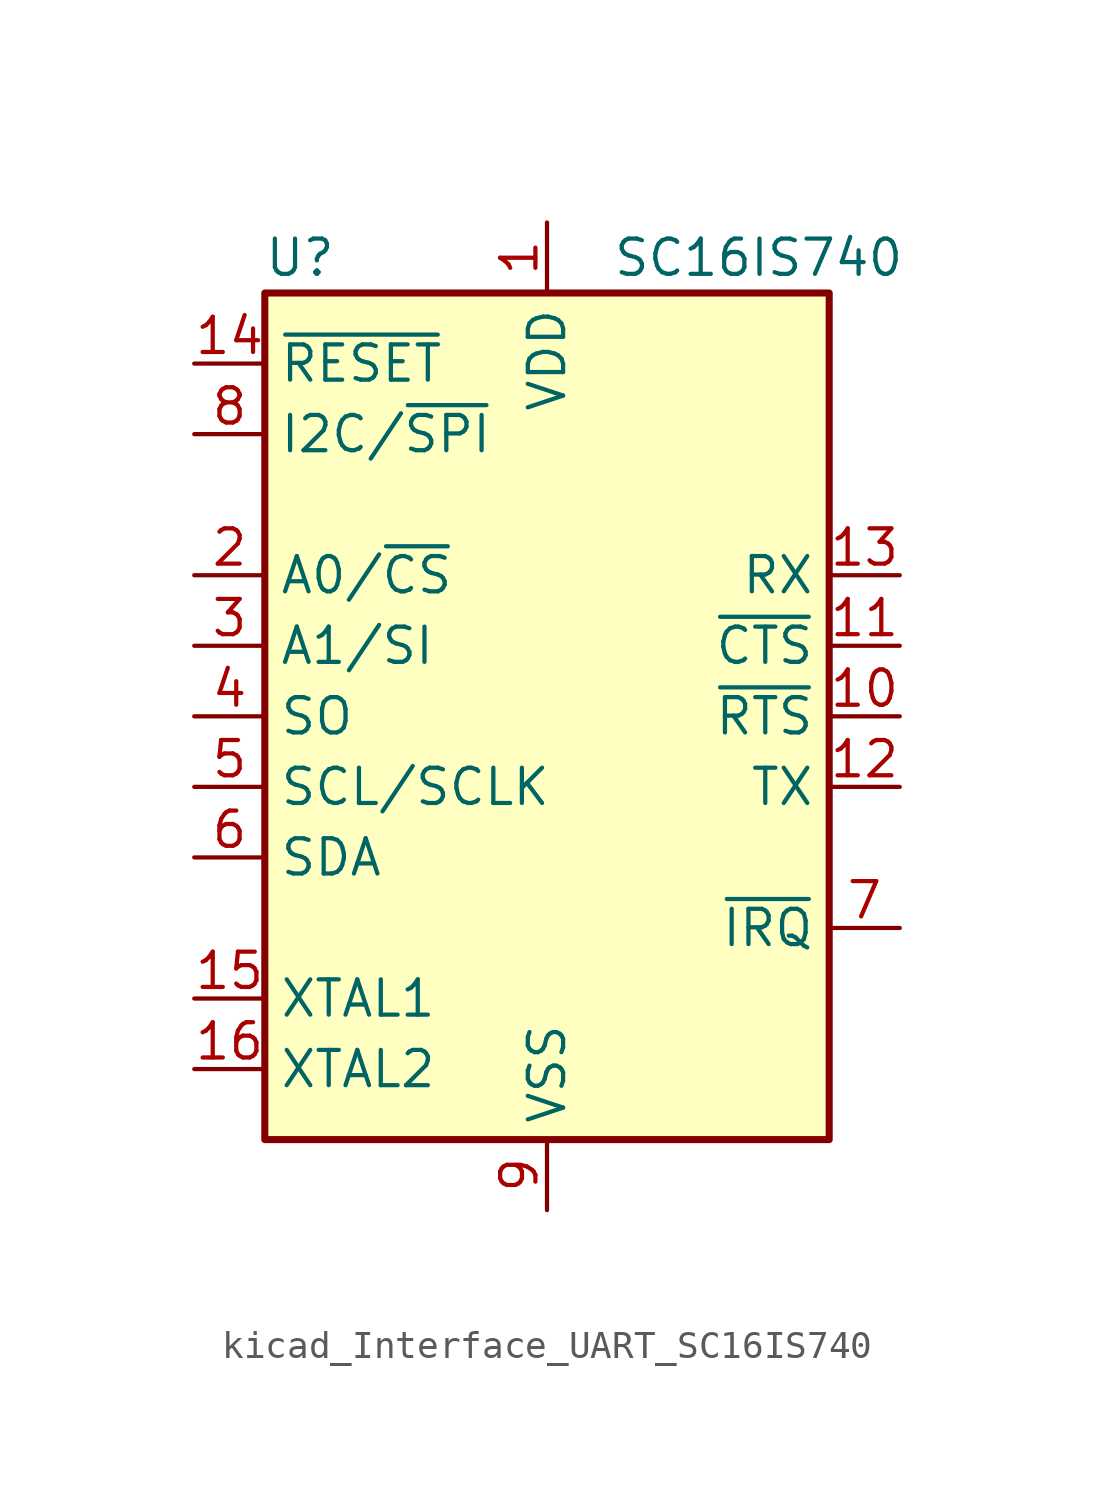
<source format=kicad_sym>
(kicad_symbol_lib
  (version 20220914)
  (generator kicad_symbol_editor)
  (symbol "kicad_Interface_UART_SC16IS740"
    (property "Reference" "U"
      (at -8.89 16.51 0)
      (effects (font (size 1.27 1.27))))
    (property "Value" "SC16IS740"
      (at 7.62 16.51 0)
      (effects (font (size 1.27 1.27))))
    (symbol "kicad_Interface_UART_SC16IS740_0_1"
      (rectangle (start -10.16 15.24) (end 10.16 -15.24) (stroke (width 0.254) (type default)) (fill (type background))))
    (symbol "kicad_Interface_UART_SC16IS740_1_1"
      (pin power_in line (at 0 17.78 270) (length 2.54) (name "VDD" (effects (font (size 1.27 1.27)))) (number "1" (effects (font (size 1.27 1.27)))))
      (pin output line (at 12.7 0 180) (length 2.54) (name "~{RTS}" (effects (font (size 1.27 1.27)))) (number "10" (effects (font (size 1.27 1.27)))))
      (pin input line (at 12.7 2.54 180) (length 2.54) (name "~{CTS}" (effects (font (size 1.27 1.27)))) (number "11" (effects (font (size 1.27 1.27)))))
      (pin output line (at 12.7 -2.54 180) (length 2.54) (name "TX" (effects (font (size 1.27 1.27)))) (number "12" (effects (font (size 1.27 1.27)))))
      (pin input line (at 12.7 5.08 180) (length 2.54) (name "RX" (effects (font (size 1.27 1.27)))) (number "13" (effects (font (size 1.27 1.27)))))
      (pin input line (at -12.7 12.7 0) (length 2.54) (name "~{RESET}" (effects (font (size 1.27 1.27)))) (number "14" (effects (font (size 1.27 1.27)))))
      (pin input line (at -12.7 -10.16 0) (length 2.54) (name "XTAL1" (effects (font (size 1.27 1.27)))) (number "15" (effects (font (size 1.27 1.27)))))
      (pin output line (at -12.7 -12.7 0) (length 2.54) (name "XTAL2" (effects (font (size 1.27 1.27)))) (number "16" (effects (font (size 1.27 1.27)))))
      (pin input line (at -12.7 5.08 0) (length 2.54) (name "A0/~{CS}" (effects (font (size 1.27 1.27)))) (number "2" (effects (font (size 1.27 1.27)))))
      (pin input line (at -12.7 2.54 0) (length 2.54) (name "A1/SI" (effects (font (size 1.27 1.27)))) (number "3" (effects (font (size 1.27 1.27)))))
      (pin output line (at -12.7 0 0) (length 2.54) (name "SO" (effects (font (size 1.27 1.27)))) (number "4" (effects (font (size 1.27 1.27)))))
      (pin input line (at -12.7 -2.54 0) (length 2.54) (name "SCL/SCLK" (effects (font (size 1.27 1.27)))) (number "5" (effects (font (size 1.27 1.27)))))
      (pin bidirectional line (at -12.7 -5.08 0) (length 2.54) (name "SDA" (effects (font (size 1.27 1.27)))) (number "6" (effects (font (size 1.27 1.27)))))
      (pin open_collector line (at 12.7 -7.62 180) (length 2.54) (name "~{IRQ}" (effects (font (size 1.27 1.27)))) (number "7" (effects (font (size 1.27 1.27)))))
      (pin input line (at -12.7 10.16 0) (length 2.54) (name "I2C/~{SPI}" (effects (font (size 1.27 1.27)))) (number "8" (effects (font (size 1.27 1.27)))))
      (pin power_in line (at 0 -17.78 90) (length 2.54) (name "VSS" (effects (font (size 1.27 1.27)))) (number "9" (effects (font (size 1.27 1.27))))))))
</source>
